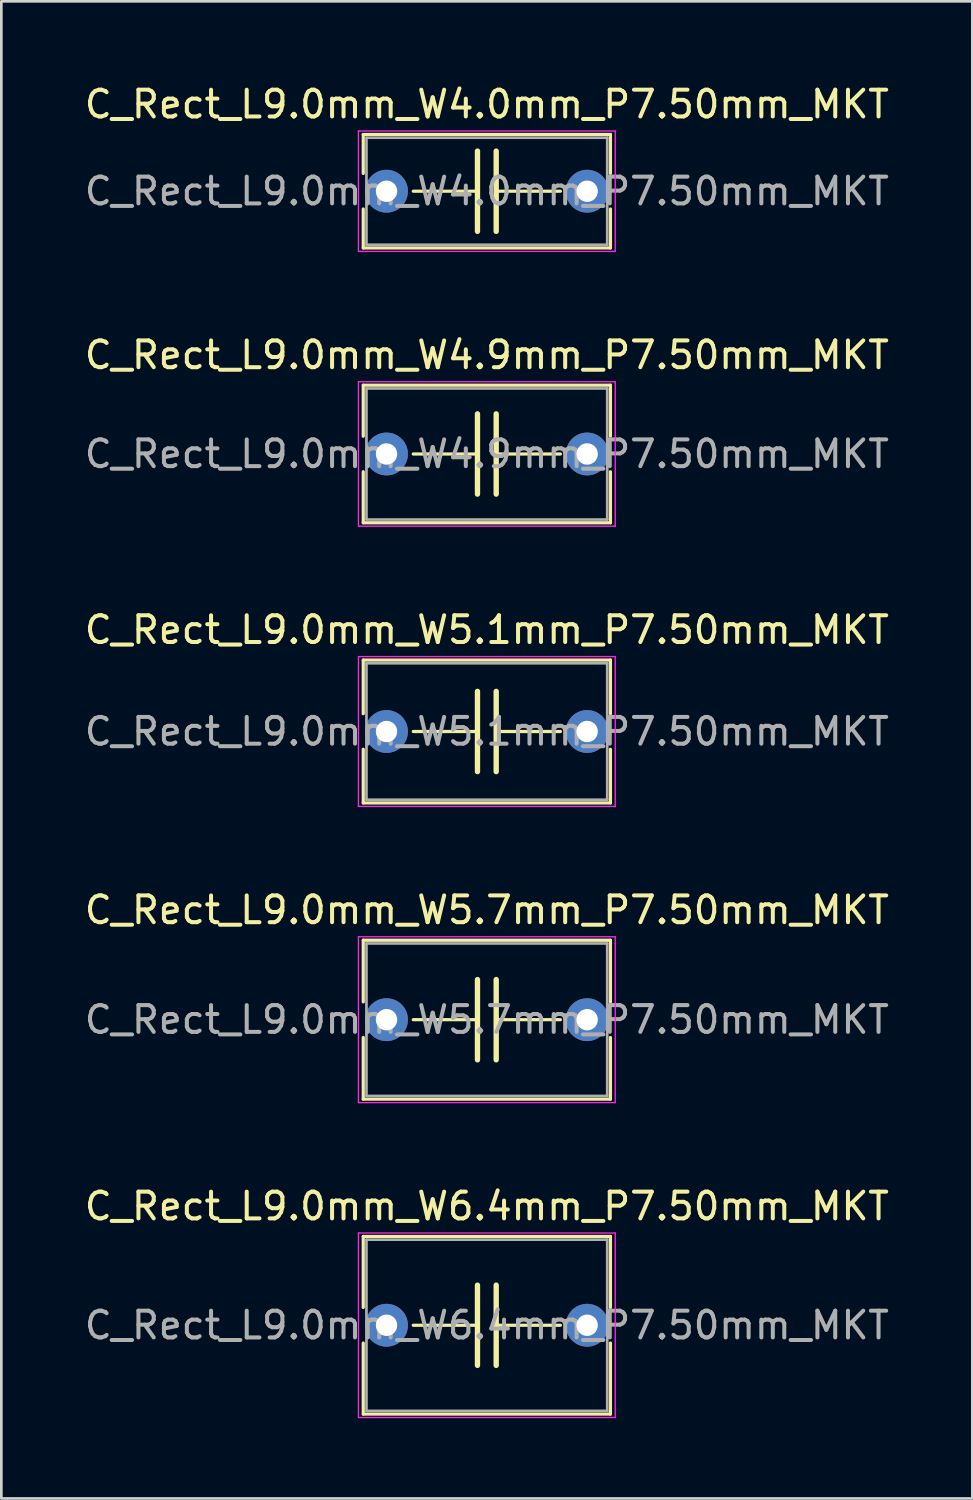
<source format=kicad_pcb>
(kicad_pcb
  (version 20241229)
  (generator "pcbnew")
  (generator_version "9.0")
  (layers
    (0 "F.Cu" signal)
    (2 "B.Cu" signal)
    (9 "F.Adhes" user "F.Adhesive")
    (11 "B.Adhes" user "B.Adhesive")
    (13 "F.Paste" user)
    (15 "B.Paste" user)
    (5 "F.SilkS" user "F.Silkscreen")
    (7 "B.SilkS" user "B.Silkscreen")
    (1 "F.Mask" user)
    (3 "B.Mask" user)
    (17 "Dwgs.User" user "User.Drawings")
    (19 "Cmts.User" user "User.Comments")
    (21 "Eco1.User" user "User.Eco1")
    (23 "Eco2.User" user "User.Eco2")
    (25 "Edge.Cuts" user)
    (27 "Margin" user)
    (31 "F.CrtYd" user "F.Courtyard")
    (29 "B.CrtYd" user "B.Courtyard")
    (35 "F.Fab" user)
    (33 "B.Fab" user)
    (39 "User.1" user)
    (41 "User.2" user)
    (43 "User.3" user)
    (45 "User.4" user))
  (footprint "C_Rect_L9.0mm_W6.4mm_P7.50mm_MKT"
    (layer "F.Cu")
    (at 11.399 46.491)
    (property "Reference" "C_Rect_L9.0mm_W6.4mm_P7.50mm_MKT" (at 3.75 -4.45 0) (layer "F.SilkS") (effects (font (size 1 1) (thickness 0.15))))
    (attr through_hole)
    (fp_line (start -0.87 -3.32) (end -0.87 -0.665) (stroke (width 0.12) (type solid)) (layer "F.SilkS"))
    (fp_line (start -0.87 -3.32) (end 8.37 -3.32) (stroke (width 0.12) (type solid)) (layer "F.SilkS"))
    (fp_line (start -0.87 0.665) (end -0.87 3.32) (stroke (width 0.12) (type solid)) (layer "F.SilkS"))
    (fp_line (start -0.87 3.32) (end 8.37 3.32) (stroke (width 0.12) (type solid)) (layer "F.SilkS"))
    (fp_line (start 1 0) (end 3.4 0) (stroke (width 0.12) (type solid)) (layer "F.SilkS"))
    (fp_line (start 3.4 -1.5) (end 3.4 1.5) (stroke (width 0.2) (type solid)) (layer "F.SilkS"))
    (fp_line (start 4.1 -1.5) (end 4.1 1.5) (stroke (width 0.2) (type solid)) (layer "F.SilkS"))
    (fp_line (start 4.1 0) (end 6.5 0) (stroke (width 0.12) (type solid)) (layer "F.SilkS"))
    (fp_line (start 8.37 -3.32) (end 8.37 -0.665) (stroke (width 0.12) (type solid)) (layer "F.SilkS"))
    (fp_line (start 8.37 0.665) (end 8.37 3.32) (stroke (width 0.12) (type solid)) (layer "F.SilkS"))
    (fp_line (start -1.05 -3.45) (end -1.05 3.45) (stroke (width 0.05) (type solid)) (layer "F.CrtYd"))
    (fp_line (start -1.05 3.45) (end 8.55 3.45) (stroke (width 0.05) (type solid)) (layer "F.CrtYd"))
    (fp_line (start 8.55 -3.45) (end -1.05 -3.45) (stroke (width 0.05) (type solid)) (layer "F.CrtYd"))
    (fp_line (start 8.55 3.45) (end 8.55 -3.45) (stroke (width 0.05) (type solid)) (layer "F.CrtYd"))
    (fp_line (start -0.75 -3.2) (end -0.75 3.2) (stroke (width 0.1) (type solid)) (layer "F.Fab"))
    (fp_line (start -0.75 3.2) (end 8.25 3.2) (stroke (width 0.1) (type solid)) (layer "F.Fab"))
    (fp_line (start 8.25 -3.2) (end -0.75 -3.2) (stroke (width 0.1) (type solid)) (layer "F.Fab"))
    (fp_line (start 8.25 3.2) (end 8.25 -3.2) (stroke (width 0.1) (type solid)) (layer "F.Fab"))
    (fp_text user "${REFERENCE}" (at 3.75 0 0) (layer "F.Fab") (effects (font (size 1 1) (thickness 0.15))))
    (pad "1" thru_hole circle (at 0 0) (size 1.6 1.6) (drill 0.8) (layers "*.Cu" "*.Mask"))
    (pad "2" thru_hole circle (at 7.5 0) (size 1.6 1.6) (drill 0.8) (layers "*.Cu" "*.Mask")))
  (footprint "C_Rect_L9.0mm_W5.1mm_P7.50mm_MKT"
    (layer "F.Cu")
    (at 11.399 24.295)
    (property "Reference" "C_Rect_L9.0mm_W5.1mm_P7.50mm_MKT" (at 3.75 -3.8 0) (layer "F.SilkS") (effects (font (size 1 1) (thickness 0.15))))
    (attr through_hole)
    (fp_line (start -0.87 -2.67) (end -0.87 -0.665) (stroke (width 0.12) (type solid)) (layer "F.SilkS"))
    (fp_line (start -0.87 -2.67) (end 8.37 -2.67) (stroke (width 0.12) (type solid)) (layer "F.SilkS"))
    (fp_line (start -0.87 0.665) (end -0.87 2.67) (stroke (width 0.12) (type solid)) (layer "F.SilkS"))
    (fp_line (start -0.87 2.67) (end 8.37 2.67) (stroke (width 0.12) (type solid)) (layer "F.SilkS"))
    (fp_line (start 1 0) (end 3.4 0) (stroke (width 0.12) (type solid)) (layer "F.SilkS"))
    (fp_line (start 3.4 -1.5) (end 3.4 1.5) (stroke (width 0.2) (type solid)) (layer "F.SilkS"))
    (fp_line (start 4.1 -1.5) (end 4.1 1.5) (stroke (width 0.2) (type solid)) (layer "F.SilkS"))
    (fp_line (start 4.1 0) (end 6.5 0) (stroke (width 0.12) (type solid)) (layer "F.SilkS"))
    (fp_line (start 8.37 -2.67) (end 8.37 -0.665) (stroke (width 0.12) (type solid)) (layer "F.SilkS"))
    (fp_line (start 8.37 0.665) (end 8.37 2.67) (stroke (width 0.12) (type solid)) (layer "F.SilkS"))
    (fp_line (start -1.05 -2.8) (end -1.05 2.8) (stroke (width 0.05) (type solid)) (layer "F.CrtYd"))
    (fp_line (start -1.05 2.8) (end 8.55 2.8) (stroke (width 0.05) (type solid)) (layer "F.CrtYd"))
    (fp_line (start 8.55 -2.8) (end -1.05 -2.8) (stroke (width 0.05) (type solid)) (layer "F.CrtYd"))
    (fp_line (start 8.55 2.8) (end 8.55 -2.8) (stroke (width 0.05) (type solid)) (layer "F.CrtYd"))
    (fp_line (start -0.75 -2.55) (end -0.75 2.55) (stroke (width 0.1) (type solid)) (layer "F.Fab"))
    (fp_line (start -0.75 2.55) (end 8.25 2.55) (stroke (width 0.1) (type solid)) (layer "F.Fab"))
    (fp_line (start 8.25 -2.55) (end -0.75 -2.55) (stroke (width 0.1) (type solid)) (layer "F.Fab"))
    (fp_line (start 8.25 2.55) (end 8.25 -2.55) (stroke (width 0.1) (type solid)) (layer "F.Fab"))
    (fp_text user "${REFERENCE}" (at 3.75 0 0) (layer "F.Fab") (effects (font (size 1 1) (thickness 0.15))))
    (pad "1" thru_hole circle (at 0 0) (size 1.6 1.6) (drill 0.8) (layers "*.Cu" "*.Mask"))
    (pad "2" thru_hole circle (at 7.5 0) (size 1.6 1.6) (drill 0.8) (layers "*.Cu" "*.Mask")))
  (footprint "C_Rect_L9.0mm_W4.9mm_P7.50mm_MKT"
    (layer "F.Cu")
    (at 11.399 13.921)
    (property "Reference" "C_Rect_L9.0mm_W4.9mm_P7.50mm_MKT" (at 3.75 -3.7 0) (layer "F.SilkS") (effects (font (size 1 1) (thickness 0.15))))
    (attr through_hole)
    (fp_line (start -0.87 -2.571) (end -0.87 -0.665) (stroke (width 0.12) (type solid)) (layer "F.SilkS"))
    (fp_line (start -0.87 -2.571) (end 8.37 -2.571) (stroke (width 0.12) (type solid)) (layer "F.SilkS"))
    (fp_line (start -0.87 0.665) (end -0.87 2.571) (stroke (width 0.12) (type solid)) (layer "F.SilkS"))
    (fp_line (start -0.87 2.571) (end 8.37 2.571) (stroke (width 0.12) (type solid)) (layer "F.SilkS"))
    (fp_line (start 1 0) (end 3.4 0) (stroke (width 0.12) (type solid)) (layer "F.SilkS"))
    (fp_line (start 3.4 -1.5) (end 3.4 1.5) (stroke (width 0.2) (type solid)) (layer "F.SilkS"))
    (fp_line (start 4.1 -1.5) (end 4.1 1.5) (stroke (width 0.2) (type solid)) (layer "F.SilkS"))
    (fp_line (start 4.1 0) (end 6.5 0) (stroke (width 0.12) (type solid)) (layer "F.SilkS"))
    (fp_line (start 8.37 -2.571) (end 8.37 -0.665) (stroke (width 0.12) (type solid)) (layer "F.SilkS"))
    (fp_line (start 8.37 0.665) (end 8.37 2.571) (stroke (width 0.12) (type solid)) (layer "F.SilkS"))
    (fp_line (start -1.05 -2.7) (end -1.05 2.7) (stroke (width 0.05) (type solid)) (layer "F.CrtYd"))
    (fp_line (start -1.05 2.7) (end 8.55 2.7) (stroke (width 0.05) (type solid)) (layer "F.CrtYd"))
    (fp_line (start 8.55 -2.7) (end -1.05 -2.7) (stroke (width 0.05) (type solid)) (layer "F.CrtYd"))
    (fp_line (start 8.55 2.7) (end 8.55 -2.7) (stroke (width 0.05) (type solid)) (layer "F.CrtYd"))
    (fp_line (start -0.75 -2.45) (end -0.75 2.45) (stroke (width 0.1) (type solid)) (layer "F.Fab"))
    (fp_line (start -0.75 2.45) (end 8.25 2.45) (stroke (width 0.1) (type solid)) (layer "F.Fab"))
    (fp_line (start 8.25 -2.45) (end -0.75 -2.45) (stroke (width 0.1) (type solid)) (layer "F.Fab"))
    (fp_line (start 8.25 2.45) (end 8.25 -2.45) (stroke (width 0.1) (type solid)) (layer "F.Fab"))
    (fp_text user "${REFERENCE}" (at 3.75 0 0) (layer "F.Fab") (effects (font (size 1 1) (thickness 0.15))))
    (pad "1" thru_hole circle (at 0 0) (size 1.6 1.6) (drill 0.8) (layers "*.Cu" "*.Mask"))
    (pad "2" thru_hole circle (at 7.5 0) (size 1.6 1.6) (drill 0.8) (layers "*.Cu" "*.Mask")))
  (footprint "C_Rect_L9.0mm_W4.0mm_P7.50mm_MKT"
    (layer "F.Cu")
    (at 11.399 4.098)
    (property "Reference" "C_Rect_L9.0mm_W4.0mm_P7.50mm_MKT" (at 3.75 -3.25 0) (layer "F.SilkS") (effects (font (size 1 1) (thickness 0.15))))
    (attr through_hole)
    (fp_line (start -0.87 -2.12) (end -0.87 -0.665) (stroke (width 0.12) (type solid)) (layer "F.SilkS"))
    (fp_line (start -0.87 -2.12) (end 8.37 -2.12) (stroke (width 0.12) (type solid)) (layer "F.SilkS"))
    (fp_line (start -0.87 0.665) (end -0.87 2.12) (stroke (width 0.12) (type solid)) (layer "F.SilkS"))
    (fp_line (start -0.87 2.12) (end 8.37 2.12) (stroke (width 0.12) (type solid)) (layer "F.SilkS"))
    (fp_line (start 1 0) (end 3.4 0) (stroke (width 0.12) (type solid)) (layer "F.SilkS"))
    (fp_line (start 3.4 -1.5) (end 3.4 1.5) (stroke (width 0.2) (type solid)) (layer "F.SilkS"))
    (fp_line (start 4.1 -1.5) (end 4.1 1.5) (stroke (width 0.2) (type solid)) (layer "F.SilkS"))
    (fp_line (start 4.1 0) (end 6.5 0) (stroke (width 0.12) (type solid)) (layer "F.SilkS"))
    (fp_line (start 8.37 -2.12) (end 8.37 -0.665) (stroke (width 0.12) (type solid)) (layer "F.SilkS"))
    (fp_line (start 8.37 0.665) (end 8.37 2.12) (stroke (width 0.12) (type solid)) (layer "F.SilkS"))
    (fp_line (start -1.05 -2.25) (end -1.05 2.25) (stroke (width 0.05) (type solid)) (layer "F.CrtYd"))
    (fp_line (start -1.05 2.25) (end 8.55 2.25) (stroke (width 0.05) (type solid)) (layer "F.CrtYd"))
    (fp_line (start 8.55 -2.25) (end -1.05 -2.25) (stroke (width 0.05) (type solid)) (layer "F.CrtYd"))
    (fp_line (start 8.55 2.25) (end 8.55 -2.25) (stroke (width 0.05) (type solid)) (layer "F.CrtYd"))
    (fp_line (start -0.75 -2) (end -0.75 2) (stroke (width 0.1) (type solid)) (layer "F.Fab"))
    (fp_line (start -0.75 2) (end 8.25 2) (stroke (width 0.1) (type solid)) (layer "F.Fab"))
    (fp_line (start 8.25 -2) (end -0.75 -2) (stroke (width 0.1) (type solid)) (layer "F.Fab"))
    (fp_line (start 8.25 2) (end 8.25 -2) (stroke (width 0.1) (type solid)) (layer "F.Fab"))
    (fp_text user "${REFERENCE}" (at 3.75 0 0) (layer "F.Fab") (effects (font (size 1 1) (thickness 0.15))))
    (pad "1" thru_hole circle (at 0 0) (size 1.6 1.6) (drill 0.8) (layers "*.Cu" "*.Mask"))
    (pad "2" thru_hole circle (at 7.5 0) (size 1.6 1.6) (drill 0.8) (layers "*.Cu" "*.Mask")))
  (footprint "C_Rect_L9.0mm_W5.7mm_P7.50mm_MKT"
    (layer "F.Cu")
    (at 11.399 35.068)
    (property "Reference" "C_Rect_L9.0mm_W5.7mm_P7.50mm_MKT" (at 3.75 -4.1 0) (layer "F.SilkS") (effects (font (size 1 1) (thickness 0.15))))
    (attr through_hole)
    (fp_line (start -0.87 -2.97) (end -0.87 -0.665) (stroke (width 0.12) (type solid)) (layer "F.SilkS"))
    (fp_line (start -0.87 -2.97) (end 8.37 -2.97) (stroke (width 0.12) (type solid)) (layer "F.SilkS"))
    (fp_line (start -0.87 0.665) (end -0.87 2.97) (stroke (width 0.12) (type solid)) (layer "F.SilkS"))
    (fp_line (start -0.87 2.97) (end 8.37 2.97) (stroke (width 0.12) (type solid)) (layer "F.SilkS"))
    (fp_line (start 1 0) (end 3.4 0) (stroke (width 0.12) (type solid)) (layer "F.SilkS"))
    (fp_line (start 3.4 -1.5) (end 3.4 1.5) (stroke (width 0.2) (type solid)) (layer "F.SilkS"))
    (fp_line (start 4.1 -1.5) (end 4.1 1.5) (stroke (width 0.2) (type solid)) (layer "F.SilkS"))
    (fp_line (start 4.1 0) (end 6.5 0) (stroke (width 0.12) (type solid)) (layer "F.SilkS"))
    (fp_line (start 8.37 -2.97) (end 8.37 -0.665) (stroke (width 0.12) (type solid)) (layer "F.SilkS"))
    (fp_line (start 8.37 0.665) (end 8.37 2.97) (stroke (width 0.12) (type solid)) (layer "F.SilkS"))
    (fp_line (start -1.05 -3.1) (end -1.05 3.1) (stroke (width 0.05) (type solid)) (layer "F.CrtYd"))
    (fp_line (start -1.05 3.1) (end 8.55 3.1) (stroke (width 0.05) (type solid)) (layer "F.CrtYd"))
    (fp_line (start 8.55 -3.1) (end -1.05 -3.1) (stroke (width 0.05) (type solid)) (layer "F.CrtYd"))
    (fp_line (start 8.55 3.1) (end 8.55 -3.1) (stroke (width 0.05) (type solid)) (layer "F.CrtYd"))
    (fp_line (start -0.75 -2.85) (end -0.75 2.85) (stroke (width 0.1) (type solid)) (layer "F.Fab"))
    (fp_line (start -0.75 2.85) (end 8.25 2.85) (stroke (width 0.1) (type solid)) (layer "F.Fab"))
    (fp_line (start 8.25 -2.85) (end -0.75 -2.85) (stroke (width 0.1) (type solid)) (layer "F.Fab"))
    (fp_line (start 8.25 2.85) (end 8.25 -2.85) (stroke (width 0.1) (type solid)) (layer "F.Fab"))
    (fp_text user "${REFERENCE}" (at 3.75 0 0) (layer "F.Fab") (effects (font (size 1 1) (thickness 0.15))))
    (pad "1" thru_hole circle (at 0 0) (size 1.6 1.6) (drill 0.8) (layers "*.Cu" "*.Mask"))
    (pad "2" thru_hole circle (at 7.5 0) (size 1.6 1.6) (drill 0.8) (layers "*.Cu" "*.Mask")))
  (gr_rect
    (start -3 -3)
    (end 33.298 52.966)
    (stroke (width 0.1) (type default))
    (fill no)
    (layer "Edge.Cuts")))
</source>
